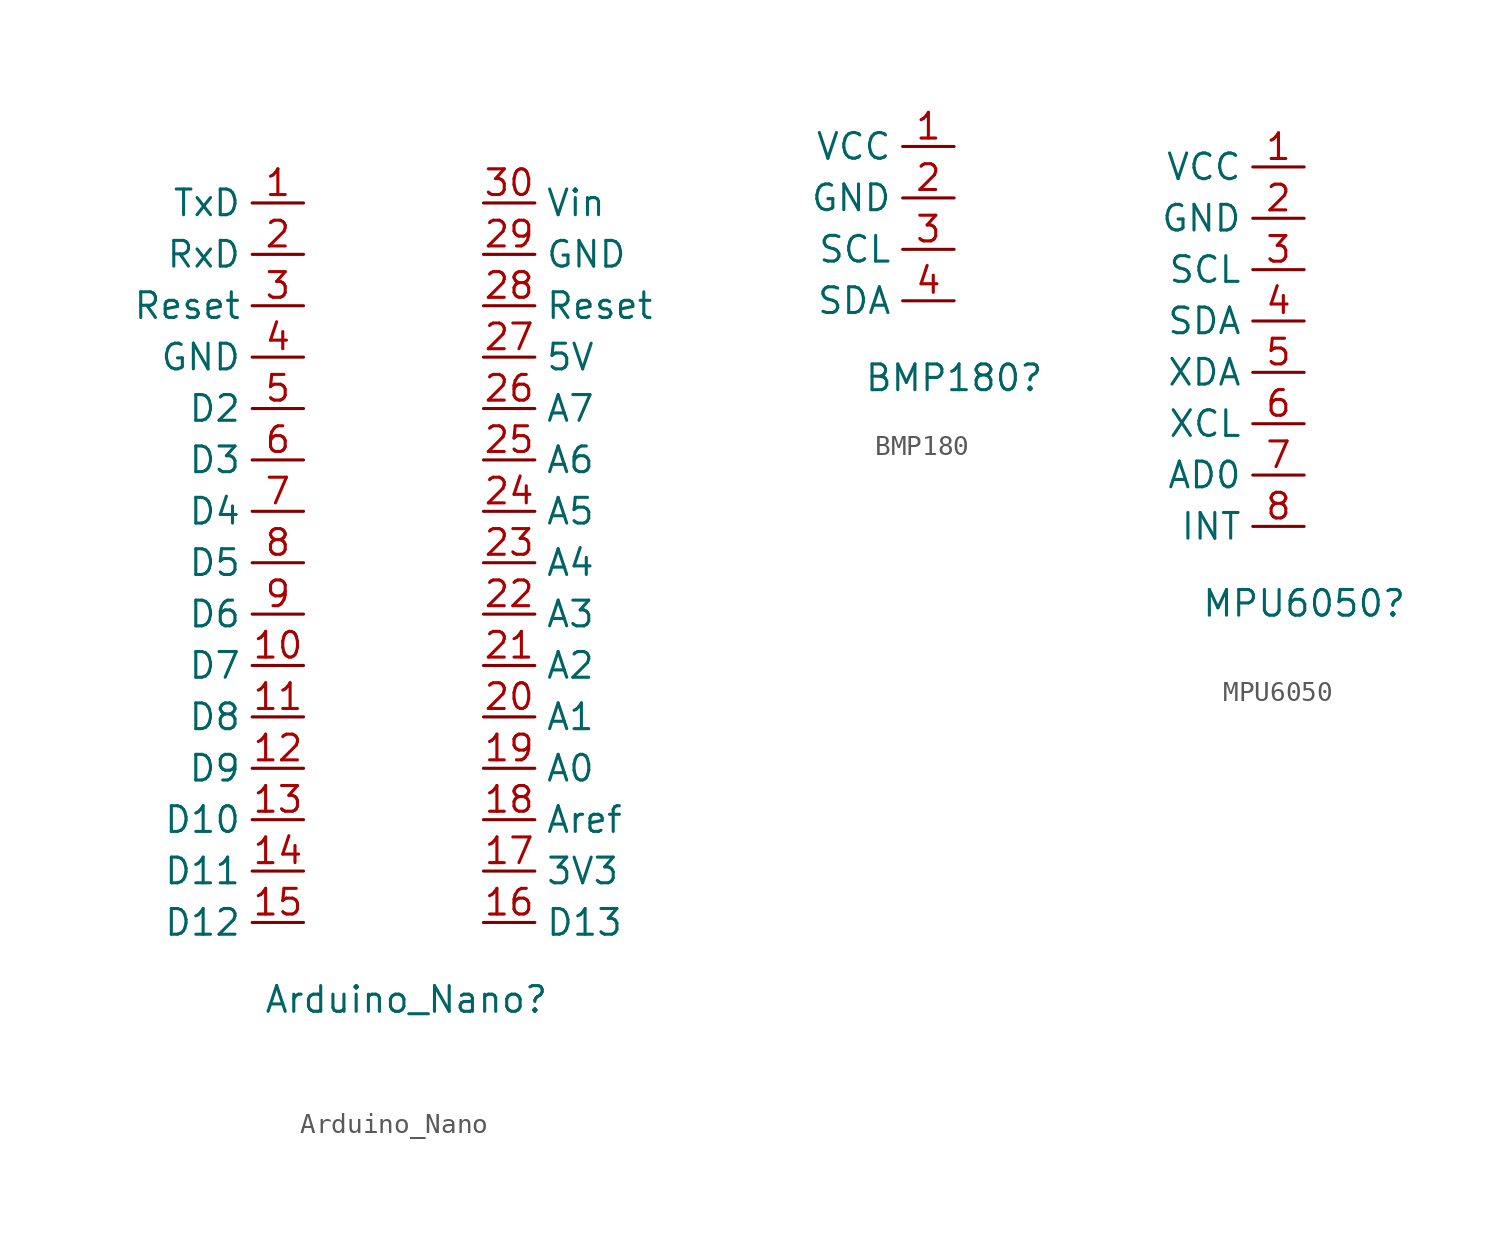
<source format=kicad_sym>
(kicad_symbol_lib
  (version 20231120)
  (generator "kicad_symbol_editor")
  (generator_version "8.0")
  (symbol "Arduino_Nano"
    (property "Reference" "Arduino_Nano"
      (at 0 0 0)
      (effects (font (size 1.27 1.27))))
    (property "Value" ""
      (at 0 0 0)
      (effects (font (size 1.27 1.27))))
    (symbol "Arduino_Nano_1_1"
      (pin bidirectional line (at -5.08 39.37 180) (length 2.54) (name "TxD" (effects (font (size 1.27 1.27)))) (number "1" (effects (font (size 1.27 1.27)))))
      (pin bidirectional line (at -5.08 16.51 180) (length 2.54) (name "D7" (effects (font (size 1.27 1.27)))) (number "10" (effects (font (size 1.27 1.27)))))
      (pin bidirectional line (at -5.08 13.97 180) (length 2.54) (name "D8" (effects (font (size 1.27 1.27)))) (number "11" (effects (font (size 1.27 1.27)))))
      (pin bidirectional line (at -5.08 11.43 180) (length 2.54) (name "D9" (effects (font (size 1.27 1.27)))) (number "12" (effects (font (size 1.27 1.27)))))
      (pin bidirectional line (at -5.08 8.89 180) (length 2.54) (name "D10" (effects (font (size 1.27 1.27)))) (number "13" (effects (font (size 1.27 1.27)))))
      (pin bidirectional line (at -5.08 6.35 180) (length 2.54) (name "D11" (effects (font (size 1.27 1.27)))) (number "14" (effects (font (size 1.27 1.27)))))
      (pin bidirectional line (at -5.08 3.81 180) (length 2.54) (name "D12" (effects (font (size 1.27 1.27)))) (number "15" (effects (font (size 1.27 1.27)))))
      (pin bidirectional line (at 3.81 3.81 0) (length 2.54) (name "D13" (effects (font (size 1.27 1.27)))) (number "16" (effects (font (size 1.27 1.27)))))
      (pin bidirectional line (at 3.81 6.35 0) (length 2.54) (name "3V3" (effects (font (size 1.27 1.27)))) (number "17" (effects (font (size 1.27 1.27)))))
      (pin bidirectional line (at 3.81 8.89 0) (length 2.54) (name "Aref" (effects (font (size 1.27 1.27)))) (number "18" (effects (font (size 1.27 1.27)))))
      (pin bidirectional line (at 3.81 11.43 0) (length 2.54) (name "A0" (effects (font (size 1.27 1.27)))) (number "19" (effects (font (size 1.27 1.27)))))
      (pin bidirectional line (at -5.08 36.83 180) (length 2.54) (name "RxD" (effects (font (size 1.27 1.27)))) (number "2" (effects (font (size 1.27 1.27)))))
      (pin bidirectional line (at 3.81 13.97 0) (length 2.54) (name "A1" (effects (font (size 1.27 1.27)))) (number "20" (effects (font (size 1.27 1.27)))))
      (pin bidirectional line (at 3.81 16.51 0) (length 2.54) (name "A2" (effects (font (size 1.27 1.27)))) (number "21" (effects (font (size 1.27 1.27)))))
      (pin bidirectional line (at 3.81 19.05 0) (length 2.54) (name "A3" (effects (font (size 1.27 1.27)))) (number "22" (effects (font (size 1.27 1.27)))))
      (pin bidirectional line (at 3.81 21.59 0) (length 2.54) (name "A4" (effects (font (size 1.27 1.27)))) (number "23" (effects (font (size 1.27 1.27)))))
      (pin bidirectional line (at 3.81 24.13 0) (length 2.54) (name "A5" (effects (font (size 1.27 1.27)))) (number "24" (effects (font (size 1.27 1.27)))))
      (pin bidirectional line (at 3.81 26.67 0) (length 2.54) (name "A6" (effects (font (size 1.27 1.27)))) (number "25" (effects (font (size 1.27 1.27)))))
      (pin bidirectional line (at 3.81 29.21 0) (length 2.54) (name "A7" (effects (font (size 1.27 1.27)))) (number "26" (effects (font (size 1.27 1.27)))))
      (pin bidirectional line (at 3.81 31.75 0) (length 2.54) (name "5V" (effects (font (size 1.27 1.27)))) (number "27" (effects (font (size 1.27 1.27)))))
      (pin bidirectional line (at 3.81 34.29 0) (length 2.54) (name "Reset" (effects (font (size 1.27 1.27)))) (number "28" (effects (font (size 1.27 1.27)))))
      (pin bidirectional line (at 3.81 36.83 0) (length 2.54) (name "GND" (effects (font (size 1.27 1.27)))) (number "29" (effects (font (size 1.27 1.27)))))
      (pin bidirectional line (at -5.08 34.29 180) (length 2.54) (name "Reset" (effects (font (size 1.27 1.27)))) (number "3" (effects (font (size 1.27 1.27)))))
      (pin bidirectional line (at 3.81 39.37 0) (length 2.54) (name "Vin" (effects (font (size 1.27 1.27)))) (number "30" (effects (font (size 1.27 1.27)))))
      (pin bidirectional line (at -5.08 31.75 180) (length 2.54) (name "GND" (effects (font (size 1.27 1.27)))) (number "4" (effects (font (size 1.27 1.27)))))
      (pin bidirectional line (at -5.08 29.21 180) (length 2.54) (name "D2" (effects (font (size 1.27 1.27)))) (number "5" (effects (font (size 1.27 1.27)))))
      (pin bidirectional line (at -5.08 26.67 180) (length 2.54) (name "D3" (effects (font (size 1.27 1.27)))) (number "6" (effects (font (size 1.27 1.27)))))
      (pin bidirectional line (at -5.08 24.13 180) (length 2.54) (name "D4" (effects (font (size 1.27 1.27)))) (number "7" (effects (font (size 1.27 1.27)))))
      (pin bidirectional line (at -5.08 21.59 180) (length 2.54) (name "D5" (effects (font (size 1.27 1.27)))) (number "8" (effects (font (size 1.27 1.27)))))
      (pin bidirectional line (at -5.08 19.05 180) (length 2.54) (name "D6" (effects (font (size 1.27 1.27)))) (number "9" (effects (font (size 1.27 1.27)))))))
  (symbol "BMP180"
    (property "Reference" "BMP180"
      (at 0 0 0)
      (effects (font (size 1.27 1.27))))
    (property "Value" ""
      (at 0 0 0)
      (effects (font (size 1.27 1.27))))
    (symbol "BMP180_1_1"
      (pin bidirectional line (at 0 11.43 180) (length 2.54) (name "VCC" (effects (font (size 1.27 1.27)))) (number "1" (effects (font (size 1.27 1.27)))))
      (pin bidirectional line (at 0 8.89 180) (length 2.54) (name "GND" (effects (font (size 1.27 1.27)))) (number "2" (effects (font (size 1.27 1.27)))))
      (pin bidirectional line (at 0 6.35 180) (length 2.54) (name "SCL" (effects (font (size 1.27 1.27)))) (number "3" (effects (font (size 1.27 1.27)))))
      (pin bidirectional line (at 0 3.81 180) (length 2.54) (name "SDA" (effects (font (size 1.27 1.27)))) (number "4" (effects (font (size 1.27 1.27)))))))
  (symbol "MPU6050"
    (property "Reference" "MPU6050"
      (at 0 0 0)
      (effects (font (size 1.27 1.27))))
    (property "Value" ""
      (at 0 0 0)
      (effects (font (size 1.27 1.27))))
    (symbol "MPU6050_1_1"
      (pin bidirectional line (at 0 21.59 180) (length 2.54) (name "VCC" (effects (font (size 1.27 1.27)))) (number "1" (effects (font (size 1.27 1.27)))))
      (pin bidirectional line (at 0 19.05 180) (length 2.54) (name "GND" (effects (font (size 1.27 1.27)))) (number "2" (effects (font (size 1.27 1.27)))))
      (pin bidirectional line (at 0 16.51 180) (length 2.54) (name "SCL" (effects (font (size 1.27 1.27)))) (number "3" (effects (font (size 1.27 1.27)))))
      (pin bidirectional line (at 0 13.97 180) (length 2.54) (name "SDA" (effects (font (size 1.27 1.27)))) (number "4" (effects (font (size 1.27 1.27)))))
      (pin bidirectional line (at 0 11.43 180) (length 2.54) (name "XDA" (effects (font (size 1.27 1.27)))) (number "5" (effects (font (size 1.27 1.27)))))
      (pin bidirectional line (at 0 8.89 180) (length 2.54) (name "XCL" (effects (font (size 1.27 1.27)))) (number "6" (effects (font (size 1.27 1.27)))))
      (pin bidirectional line (at 0 6.35 180) (length 2.54) (name "AD0" (effects (font (size 1.27 1.27)))) (number "7" (effects (font (size 1.27 1.27)))))
      (pin bidirectional line (at 0 3.81 180) (length 2.54) (name "INT" (effects (font (size 1.27 1.27)))) (number "8" (effects (font (size 1.27 1.27))))))))
</source>
